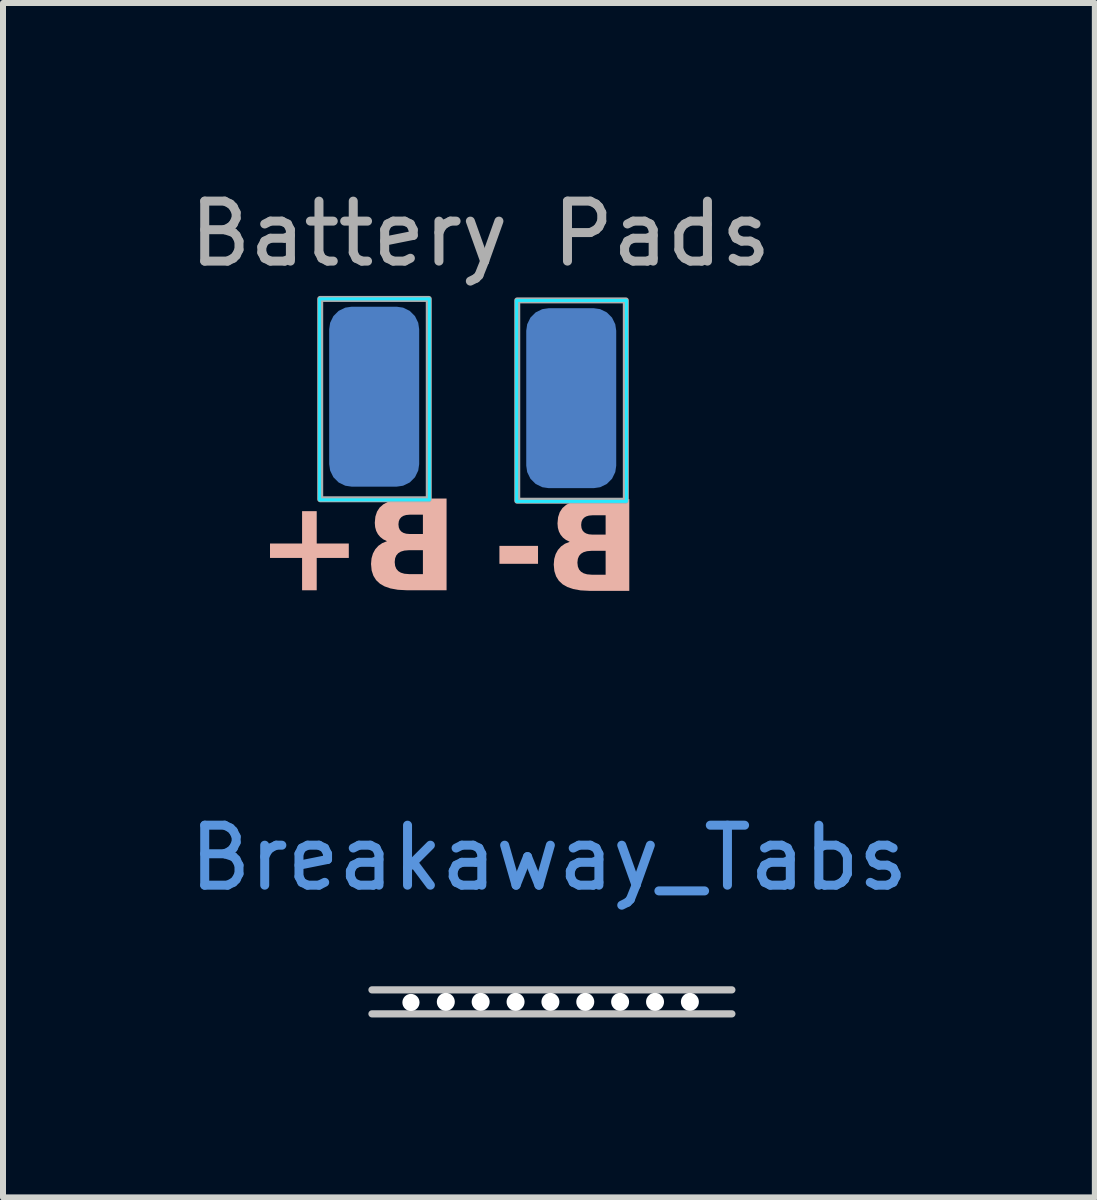
<source format=kicad_pcb>
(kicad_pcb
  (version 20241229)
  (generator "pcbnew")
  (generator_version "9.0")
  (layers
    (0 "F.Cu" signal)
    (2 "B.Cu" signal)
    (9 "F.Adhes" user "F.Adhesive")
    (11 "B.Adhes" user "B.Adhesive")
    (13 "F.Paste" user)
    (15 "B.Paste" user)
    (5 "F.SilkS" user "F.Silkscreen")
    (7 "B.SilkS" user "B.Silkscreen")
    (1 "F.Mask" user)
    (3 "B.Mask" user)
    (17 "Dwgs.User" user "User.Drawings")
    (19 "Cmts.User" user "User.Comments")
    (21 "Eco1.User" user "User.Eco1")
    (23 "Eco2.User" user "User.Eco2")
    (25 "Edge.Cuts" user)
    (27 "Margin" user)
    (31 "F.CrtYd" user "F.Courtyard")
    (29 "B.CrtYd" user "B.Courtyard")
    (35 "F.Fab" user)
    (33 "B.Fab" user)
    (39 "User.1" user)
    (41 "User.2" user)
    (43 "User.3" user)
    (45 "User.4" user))
  (footprint "Breakaway_Tabs"
    (layer "F.Cu")
    (at 6.151 13.652)
    (property "Reference" "Breakaway_Tabs" (at -0.05 -2.4 0) (layer "Cmts.User") (effects (font (size 1 1) (thickness 0.15))))
    (attr through_hole board_only exclude_from_bom)
    (fp_line (start -3 -0.2) (end 3 -0.2) (stroke (width 0.12) (type solid)) (layer "Dwgs.User"))
    (fp_line (start -3 0.2) (end 3 0.2) (stroke (width 0.12) (type solid)) (layer "Dwgs.User"))
    (pad "" np_thru_hole circle (at -2.35 0.01 180) (size 0.286 0.286) (drill 0.3) (layers "*.Cu"))
    (pad "" np_thru_hole circle (at -1.769 0 180) (size 0.3 0.3) (drill 0.3) (layers "*.Cu"))
    (pad "" np_thru_hole circle (at -1.188 0 180) (size 0.3 0.3) (drill 0.3) (layers "*.Cu"))
    (pad "" np_thru_hole circle (at -0.606 0 180) (size 0.3 0.3) (drill 0.3) (layers "*.Cu"))
    (pad "" np_thru_hole circle (at -0.025 0 180) (size 0.3 0.3) (drill 0.3) (layers "*.Cu"))
    (pad "" np_thru_hole circle (at 0.556 0 180) (size 0.3 0.3) (drill 0.3) (layers "*.Cu"))
    (pad "" np_thru_hole circle (at 1.137 0 180) (size 0.3 0.3) (drill 0.3) (layers "*.Cu"))
    (pad "" np_thru_hole circle (at 1.719 0 180) (size 0.3 0.3) (drill 0.3) (layers "*.Cu"))
    (pad "" np_thru_hole circle (at 2.3 0 180) (size 0.3 0.3) (drill 0.3) (layers "*.Cu")))
  (footprint "Battery Pads"
    (layer "F.Cu")
    (at 4.818 3.548)
    (property "Reference" "Battery Pads" (at 0.14 -2.7 0) (unlocked yes) (layer "F.Fab") (effects (font (size 1 1) (thickness 0.15))))
    (attr smd exclude_from_bom)
    (fp_rect (start -2.54 -1.615) (end -0.71 1.735) (stroke (width 0.05) (type solid)) (fill no) (layer "B.CrtYd"))
    (fp_rect (start 0.745 -1.59) (end 2.575 1.76) (stroke (width 0.05) (type solid)) (fill no) (layer "B.CrtYd"))
    (fp_rect (start -2.53 -1.615) (end -0.72 1.725) (stroke (width 0.1) (type solid)) (fill no) (layer "F.Fab"))
    (fp_rect (start 0.755 -1.59) (end 2.565 1.75) (stroke (width 0.1) (type solid)) (fill no) (layer "F.Fab"))
    (fp_text user "B-" (at 1.58 2.63 0) (unlocked yes) (layer "B.SilkS") (effects (font (face "Atkinson Hyperlegible") (size 1.5 1.5) (thickness 0.15) (bold yes)) (justify mirror)))
    (fp_text user "B+" (at -1.91 2.62 0) (unlocked yes) (layer "B.SilkS") (effects (font (face "Atkinson Hyperlegible") (size 1.5 1.5) (thickness 0.15) (bold yes)) (justify mirror)))
    (pad "1" smd roundrect (at -1.63 0.015) (size 1.5 3) (layers "B.Cu" "B.Mask" "B.Paste") (roundrect_rratio 0.25))
    (pad "2" smd roundrect (at 1.655 0.04) (size 1.5 3) (layers "B.Cu" "B.Mask" "B.Paste") (roundrect_rratio 0.25)))
  (gr_rect
    (start -3 -3)
    (end 15.202 16.912)
    (stroke (width 0.1) (type default))
    (fill no)
    (layer "Edge.Cuts")))
</source>
